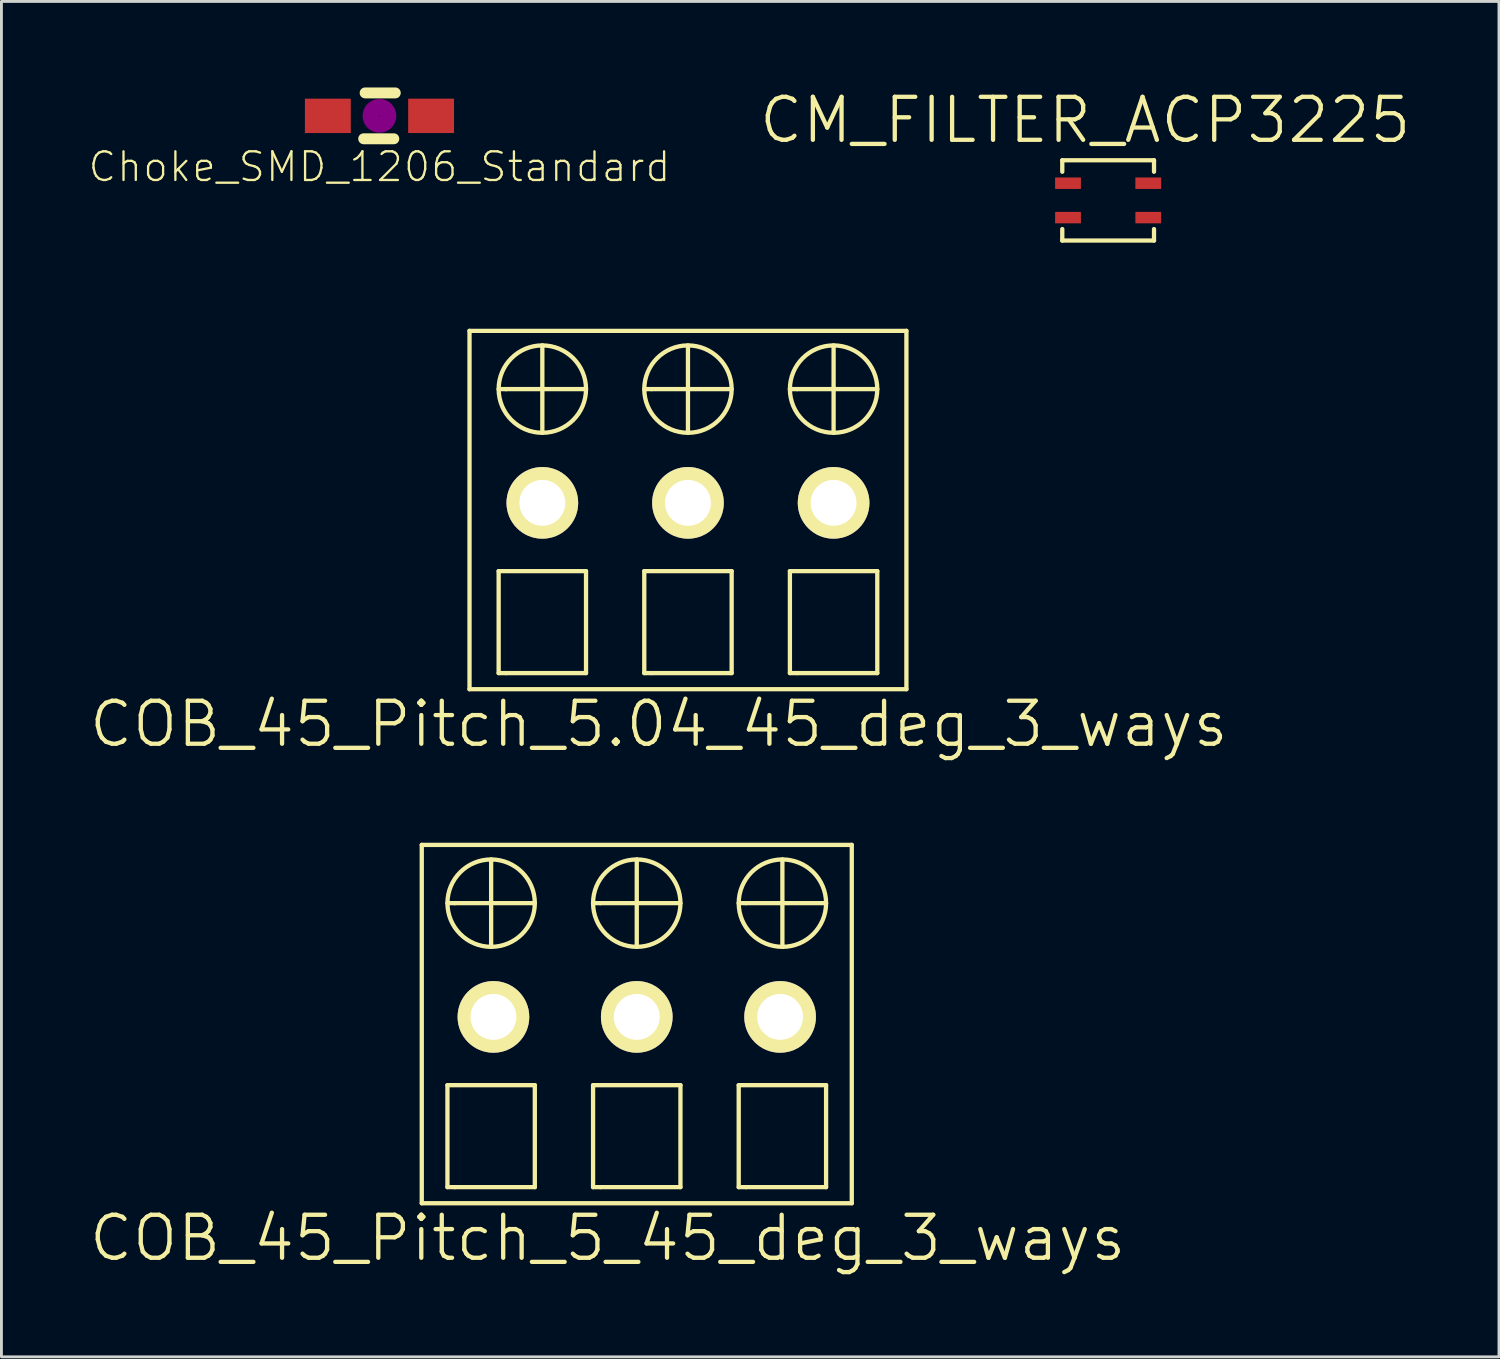
<source format=kicad_pcb>
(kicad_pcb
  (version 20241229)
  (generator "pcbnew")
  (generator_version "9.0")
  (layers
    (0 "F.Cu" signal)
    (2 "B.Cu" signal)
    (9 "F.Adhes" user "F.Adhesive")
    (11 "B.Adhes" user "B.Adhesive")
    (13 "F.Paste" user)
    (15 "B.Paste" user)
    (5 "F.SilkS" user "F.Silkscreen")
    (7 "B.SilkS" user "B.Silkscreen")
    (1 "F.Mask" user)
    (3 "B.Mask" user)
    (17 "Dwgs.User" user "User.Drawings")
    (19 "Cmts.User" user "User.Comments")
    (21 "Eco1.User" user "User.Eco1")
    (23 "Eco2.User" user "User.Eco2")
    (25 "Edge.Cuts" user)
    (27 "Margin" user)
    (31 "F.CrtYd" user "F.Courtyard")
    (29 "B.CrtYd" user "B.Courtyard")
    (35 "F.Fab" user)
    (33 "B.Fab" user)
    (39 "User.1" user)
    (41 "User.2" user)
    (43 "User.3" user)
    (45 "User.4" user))
  (footprint "CM_FILTER_ACP3225"
    (layer "F.Cu")
    (at 34.205 4.541)
    (property "Reference" "CM_FILTER_ACP3225" (at 0.6 -3.4 0) (layer "F.SilkS") (effects (font (size 1.5 1.5) (thickness 0.15))))
    (attr through_hole)
    (fp_line (start -0.2 -2) (end 3 -2) (stroke (width 0.15) (type solid)) (layer "F.SilkS"))
    (fp_line (start -0.2 -1.6) (end -0.2 -2) (stroke (width 0.15) (type solid)) (layer "F.SilkS"))
    (fp_line (start -0.2 0.4) (end -0.2 0.8) (stroke (width 0.15) (type solid)) (layer "F.SilkS"))
    (fp_line (start -0.2 0.8) (end 3 0.8) (stroke (width 0.15) (type solid)) (layer "F.SilkS"))
    (fp_line (start 3 -2) (end 3 -1.6) (stroke (width 0.15) (type solid)) (layer "F.SilkS"))
    (fp_line (start 3 0.8) (end 3 0.4) (stroke (width 0.15) (type solid)) (layer "F.SilkS"))
    (pad "1" smd rect (at 0 -1.2) (size 0.9 0.4) (layers "F.Cu" "F.Mask" "F.Paste"))
    (pad "2" smd rect (at 2.8 -1.2) (size 0.9 0.4) (layers "F.Cu" "F.Mask" "F.Paste"))
    (pad "3" smd rect (at 0 0) (size 0.9 0.4) (layers "F.Cu" "F.Mask" "F.Paste"))
    (pad "4" smd rect (at 2.8 0) (size 0.9 0.4) (layers "F.Cu" "F.Mask" "F.Paste")))
  (footprint "Choke_SMD_1206_Standard"
    (placed yes)
    (layer "F.Cu")
    (at 10.187 0.991)
    (property "Reference" "Choke_SMD_1206_Standard" (at 0 1.778 0) (layer "F.SilkS") (effects (font (size 1 1) (thickness 0.08))))
    (attr smd)
    (fp_line (start -0.551 0.8) (end 0.5 0.8) (stroke (width 0.381) (type solid)) (layer "F.SilkS"))
    (fp_line (start 0.551 -0.8) (end -0.5 -0.8) (stroke (width 0.381) (type solid)) (layer "F.SilkS"))
    (fp_circle (center 0 0) (end 0.201 -0.051) (stroke (width 0.381) (type solid)) (fill no) (layer "F.Adhes"))
    (fp_circle (center 0 0) (end 0.399 0) (stroke (width 0.381) (type solid)) (fill no) (layer "F.Adhes"))
    (pad "1" smd rect (at -1.801 0) (size 1.6 1.199) (layers "F.Cu" "F.Mask" "F.Paste"))
    (pad "2" smd rect (at 1.801 0) (size 1.6 1.199) (layers "F.Cu" "F.Mask" "F.Paste")))
  (footprint "COB_45_Pitch_5.04_45_deg_3_ways"
    (layer "F.Cu")
    (at 20.948 14.491)
    (property "Reference" "COB_45_Pitch_5.04_45_deg_3_ways" (at -1.016 7.716 180) (layer "F.SilkS") (effects (font (size 1.5 1.5) (thickness 0.15))))
    (attr through_hole)
    (fp_line (start -7.62 -6) (end -7.62 6.5) (stroke (width 0.15) (type solid)) (layer "F.SilkS"))
    (fp_line (start -6.604 2.382) (end -6.604 5.938) (stroke (width 0.15) (type solid)) (layer "F.SilkS"))
    (fp_line (start -6.604 2.382) (end -3.556 2.382) (stroke (width 0.15) (type solid)) (layer "F.SilkS"))
    (fp_line (start -6.604 5.938) (end -6.35 5.938) (stroke (width 0.15) (type solid)) (layer "F.SilkS"))
    (fp_line (start -6.35 -3.968) (end -6.604 -3.968) (stroke (width 0.15) (type solid)) (layer "F.SilkS"))
    (fp_line (start -5.08 -2.444) (end -5.08 -5.492) (stroke (width 0.15) (type solid)) (layer "F.SilkS"))
    (fp_line (start -3.556 -3.968) (end -6.35 -3.968) (stroke (width 0.15) (type solid)) (layer "F.SilkS"))
    (fp_line (start -3.556 5.938) (end -6.35 5.938) (stroke (width 0.15) (type solid)) (layer "F.SilkS"))
    (fp_line (start -3.556 5.938) (end -3.556 2.382) (stroke (width 0.15) (type solid)) (layer "F.SilkS"))
    (fp_line (start -1.524 2.382) (end -1.524 5.938) (stroke (width 0.15) (type solid)) (layer "F.SilkS"))
    (fp_line (start -1.524 2.382) (end 1.524 2.382) (stroke (width 0.15) (type solid)) (layer "F.SilkS"))
    (fp_line (start -1.524 5.938) (end -1.27 5.938) (stroke (width 0.15) (type solid)) (layer "F.SilkS"))
    (fp_line (start -1.27 -3.968) (end -1.524 -3.968) (stroke (width 0.15) (type solid)) (layer "F.SilkS"))
    (fp_line (start 0 -2.444) (end 0 -5.492) (stroke (width 0.15) (type solid)) (layer "F.SilkS"))
    (fp_line (start 1.524 -3.968) (end -1.27 -3.968) (stroke (width 0.15) (type solid)) (layer "F.SilkS"))
    (fp_line (start 1.524 5.938) (end -1.27 5.938) (stroke (width 0.15) (type solid)) (layer "F.SilkS"))
    (fp_line (start 1.524 5.938) (end 1.524 2.382) (stroke (width 0.15) (type solid)) (layer "F.SilkS"))
    (fp_line (start 3.556 2.382) (end 3.556 5.938) (stroke (width 0.15) (type solid)) (layer "F.SilkS"))
    (fp_line (start 3.556 2.382) (end 6.604 2.382) (stroke (width 0.15) (type solid)) (layer "F.SilkS"))
    (fp_line (start 3.556 5.938) (end 3.81 5.938) (stroke (width 0.15) (type solid)) (layer "F.SilkS"))
    (fp_line (start 3.81 -3.968) (end 3.556 -3.968) (stroke (width 0.15) (type solid)) (layer "F.SilkS"))
    (fp_line (start 5.08 -2.444) (end 5.08 -5.492) (stroke (width 0.15) (type solid)) (layer "F.SilkS"))
    (fp_line (start 6.604 -3.968) (end 3.81 -3.968) (stroke (width 0.15) (type solid)) (layer "F.SilkS"))
    (fp_line (start 6.604 5.938) (end 3.81 5.938) (stroke (width 0.15) (type solid)) (layer "F.SilkS"))
    (fp_line (start 6.604 5.938) (end 6.604 2.382) (stroke (width 0.15) (type solid)) (layer "F.SilkS"))
    (fp_line (start 7.62 -6) (end -7.62 -6) (stroke (width 0.15) (type solid)) (layer "F.SilkS"))
    (fp_line (start 7.62 -6) (end 7.62 6.5) (stroke (width 0.15) (type solid)) (layer "F.SilkS"))
    (fp_line (start 7.62 6.5) (end -7.62 6.5) (stroke (width 0.15) (type solid)) (layer "F.SilkS"))
    (fp_circle (center -5.08 -3.968) (end -5.08 -2.444) (stroke (width 0.15) (type solid)) (fill no) (layer "F.SilkS"))
    (fp_circle (center 0 -3.968) (end 0 -5.492) (stroke (width 0.15) (type solid)) (fill no) (layer "F.SilkS"))
    (fp_circle (center 5.08 -3.968) (end 5.08 -5.492) (stroke (width 0.15) (type solid)) (fill no) (layer "F.SilkS"))
    (pad "1" thru_hole circle (at 5.08 0 180) (size 2.5 2.5) (drill 1.6) (layers "*.Cu" "*.Mask" "F.SilkS"))
    (pad "2" thru_hole circle (at 0 0 180) (size 2.5 2.5) (drill 1.6) (layers "*.Cu" "*.Mask" "F.SilkS"))
    (pad "3" thru_hole circle (at -5.08 0 180) (size 2.5 2.5) (drill 1.6) (layers "*.Cu" "*.Mask" "F.SilkS")))
  (footprint "COB_45_Pitch_5_45_deg_3_ways"
    (layer "F.Cu")
    (at 19.162 32.422)
    (property "Reference" "COB_45_Pitch_5_45_deg_3_ways" (at -1.016 7.716 180) (layer "F.SilkS") (effects (font (size 1.5 1.5) (thickness 0.15))))
    (attr through_hole)
    (fp_line (start -7.5 -6) (end -7.5 6.5) (stroke (width 0.15) (type solid)) (layer "F.SilkS"))
    (fp_line (start -6.604 2.382) (end -6.604 5.938) (stroke (width 0.15) (type solid)) (layer "F.SilkS"))
    (fp_line (start -6.604 2.382) (end -3.556 2.382) (stroke (width 0.15) (type solid)) (layer "F.SilkS"))
    (fp_line (start -6.604 5.938) (end -6.35 5.938) (stroke (width 0.15) (type solid)) (layer "F.SilkS"))
    (fp_line (start -6.35 -3.968) (end -6.604 -3.968) (stroke (width 0.15) (type solid)) (layer "F.SilkS"))
    (fp_line (start -5.08 -2.444) (end -5.08 -5.492) (stroke (width 0.15) (type solid)) (layer "F.SilkS"))
    (fp_line (start -3.556 -3.968) (end -6.35 -3.968) (stroke (width 0.15) (type solid)) (layer "F.SilkS"))
    (fp_line (start -3.556 5.938) (end -6.35 5.938) (stroke (width 0.15) (type solid)) (layer "F.SilkS"))
    (fp_line (start -3.556 5.938) (end -3.556 2.382) (stroke (width 0.15) (type solid)) (layer "F.SilkS"))
    (fp_line (start -1.524 2.382) (end -1.524 5.938) (stroke (width 0.15) (type solid)) (layer "F.SilkS"))
    (fp_line (start -1.524 2.382) (end 1.524 2.382) (stroke (width 0.15) (type solid)) (layer "F.SilkS"))
    (fp_line (start -1.524 5.938) (end -1.27 5.938) (stroke (width 0.15) (type solid)) (layer "F.SilkS"))
    (fp_line (start -1.27 -3.968) (end -1.524 -3.968) (stroke (width 0.15) (type solid)) (layer "F.SilkS"))
    (fp_line (start 0 -2.444) (end 0 -5.492) (stroke (width 0.15) (type solid)) (layer "F.SilkS"))
    (fp_line (start 1.524 -3.968) (end -1.27 -3.968) (stroke (width 0.15) (type solid)) (layer "F.SilkS"))
    (fp_line (start 1.524 5.938) (end -1.27 5.938) (stroke (width 0.15) (type solid)) (layer "F.SilkS"))
    (fp_line (start 1.524 5.938) (end 1.524 2.382) (stroke (width 0.15) (type solid)) (layer "F.SilkS"))
    (fp_line (start 3.556 2.382) (end 3.556 5.938) (stroke (width 0.15) (type solid)) (layer "F.SilkS"))
    (fp_line (start 3.556 2.382) (end 6.604 2.382) (stroke (width 0.15) (type solid)) (layer "F.SilkS"))
    (fp_line (start 3.556 5.938) (end 3.81 5.938) (stroke (width 0.15) (type solid)) (layer "F.SilkS"))
    (fp_line (start 3.81 -3.968) (end 3.556 -3.968) (stroke (width 0.15) (type solid)) (layer "F.SilkS"))
    (fp_line (start 5.08 -2.444) (end 5.08 -5.492) (stroke (width 0.15) (type solid)) (layer "F.SilkS"))
    (fp_line (start 6.604 -3.968) (end 3.81 -3.968) (stroke (width 0.15) (type solid)) (layer "F.SilkS"))
    (fp_line (start 6.604 5.938) (end 3.81 5.938) (stroke (width 0.15) (type solid)) (layer "F.SilkS"))
    (fp_line (start 6.604 5.938) (end 6.604 2.382) (stroke (width 0.15) (type solid)) (layer "F.SilkS"))
    (fp_line (start 7.5 -6) (end -7.5 -6) (stroke (width 0.15) (type solid)) (layer "F.SilkS"))
    (fp_line (start 7.5 -6) (end 7.5 6.5) (stroke (width 0.15) (type solid)) (layer "F.SilkS"))
    (fp_line (start 7.5 6.5) (end -7.5 6.5) (stroke (width 0.15) (type solid)) (layer "F.SilkS"))
    (fp_circle (center -5.08 -3.968) (end -5.08 -2.444) (stroke (width 0.15) (type solid)) (fill no) (layer "F.SilkS"))
    (fp_circle (center 0 -3.968) (end 0 -5.492) (stroke (width 0.15) (type solid)) (fill no) (layer "F.SilkS"))
    (fp_circle (center 5.08 -3.968) (end 5.08 -5.492) (stroke (width 0.15) (type solid)) (fill no) (layer "F.SilkS"))
    (pad "1" thru_hole circle (at 5 0 180) (size 2.5 2.5) (drill 1.6) (layers "*.Cu" "*.Mask" "F.SilkS"))
    (pad "2" thru_hole circle (at 0 0 180) (size 2.5 2.5) (drill 1.6) (layers "*.Cu" "*.Mask" "F.SilkS"))
    (pad "3" thru_hole circle (at -5 0 180) (size 2.5 2.5) (drill 1.6) (layers "*.Cu" "*.Mask" "F.SilkS")))
  (gr_rect
    (start -3 -3)
    (end 49.238 44.279)
    (stroke (width 0.1) (type default))
    (fill no)
    (layer "Edge.Cuts")))
</source>
